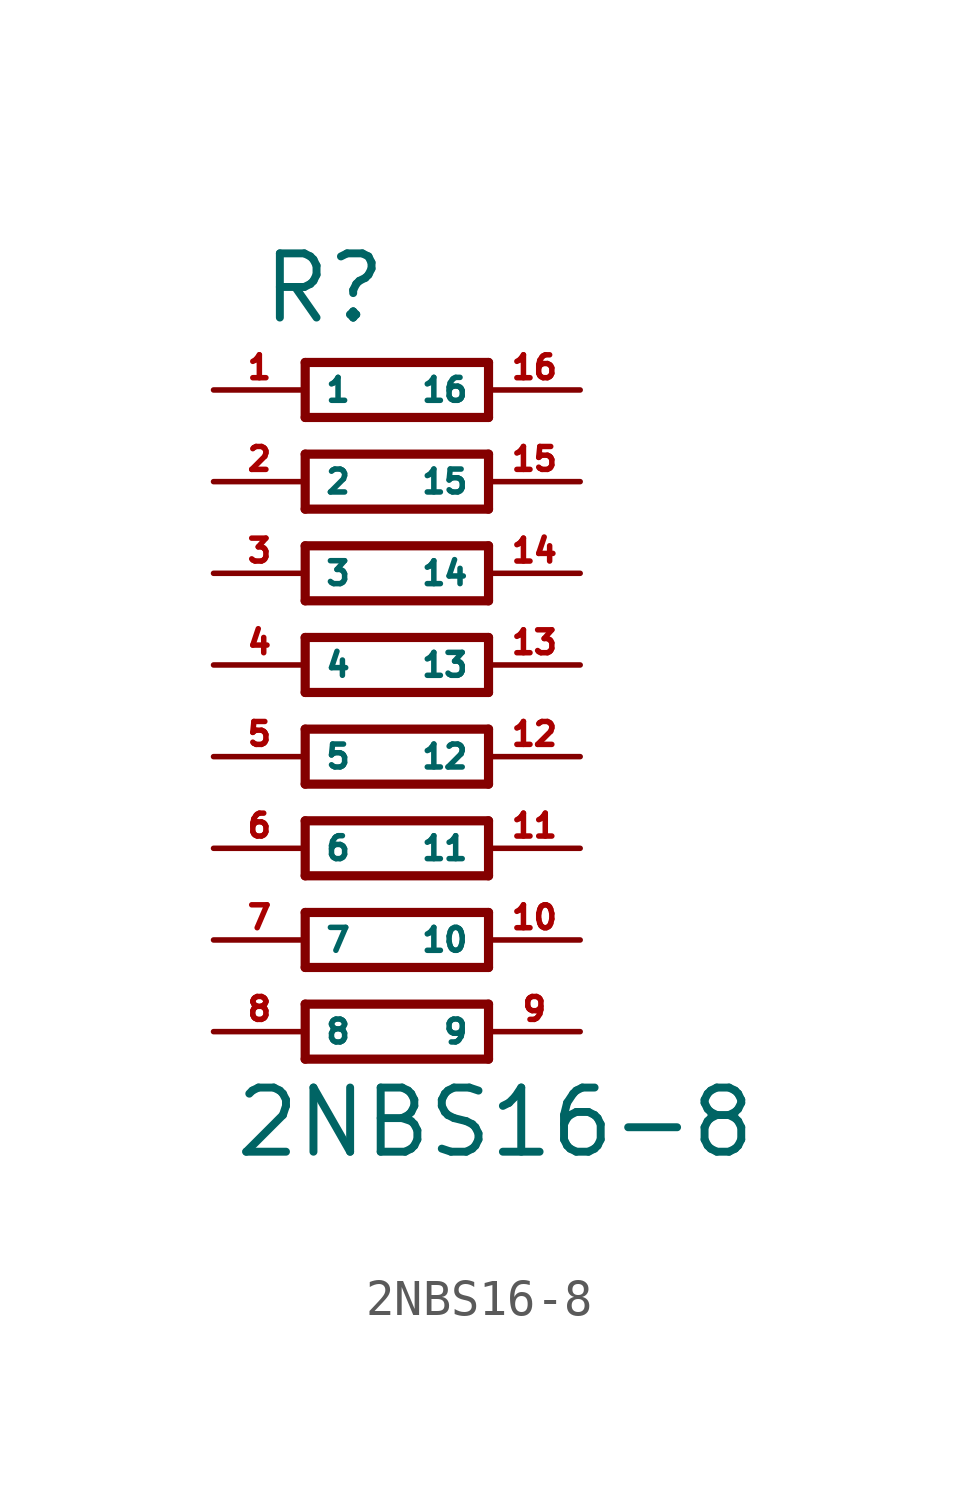
<source format=kicad_sym>
(kicad_symbol_lib
  (version 20220914)
  (generator Eagle2Kicad)
  (symbol "2NBS16-8"
    (property "Reference" "R"
      (at -3.81 9.398 0)
      (effects (font (size 1.778 1.778) (thickness 0.22)) (justify left bottom)))
    (property "Value" "2NBS16-8"
      (at -4.572 -13.716 0)
      (effects (font (size 1.778 1.778) (thickness 0.22)) (justify left bottom)))
    (polyline
      (pts (xy -2.54 8.382) (xy -2.54 6.858))
      (stroke (width 0.254) (type default))
      (fill (type none)))
    (polyline
      (pts (xy -2.54 6.858) (xy 2.54 6.858))
      (stroke (width 0.254) (type default))
      (fill (type none)))
    (polyline
      (pts (xy 2.54 6.858) (xy 2.54 8.382))
      (stroke (width 0.254) (type default))
      (fill (type none)))
    (polyline
      (pts (xy 2.54 8.382) (xy -2.54 8.382))
      (stroke (width 0.254) (type default))
      (fill (type none)))
    (polyline
      (pts (xy -2.54 5.842) (xy -2.54 4.318))
      (stroke (width 0.254) (type default))
      (fill (type none)))
    (polyline
      (pts (xy -2.54 4.318) (xy 2.54 4.318))
      (stroke (width 0.254) (type default))
      (fill (type none)))
    (polyline
      (pts (xy 2.54 4.318) (xy 2.54 5.842))
      (stroke (width 0.254) (type default))
      (fill (type none)))
    (polyline
      (pts (xy 2.54 5.842) (xy -2.54 5.842))
      (stroke (width 0.254) (type default))
      (fill (type none)))
    (polyline
      (pts (xy -2.54 3.302) (xy -2.54 1.778))
      (stroke (width 0.254) (type default))
      (fill (type none)))
    (polyline
      (pts (xy -2.54 1.778) (xy 2.54 1.778))
      (stroke (width 0.254) (type default))
      (fill (type none)))
    (polyline
      (pts (xy 2.54 1.778) (xy 2.54 3.302))
      (stroke (width 0.254) (type default))
      (fill (type none)))
    (polyline
      (pts (xy 2.54 3.302) (xy -2.54 3.302))
      (stroke (width 0.254) (type default))
      (fill (type none)))
    (polyline
      (pts (xy -2.54 0.762) (xy -2.54 -0.762))
      (stroke (width 0.254) (type default))
      (fill (type none)))
    (polyline
      (pts (xy -2.54 -0.762) (xy 2.54 -0.762))
      (stroke (width 0.254) (type default))
      (fill (type none)))
    (polyline
      (pts (xy 2.54 -0.762) (xy 2.54 0.762))
      (stroke (width 0.254) (type default))
      (fill (type none)))
    (polyline
      (pts (xy 2.54 0.762) (xy -2.54 0.762))
      (stroke (width 0.254) (type default))
      (fill (type none)))
    (polyline
      (pts (xy -2.54 -1.778) (xy -2.54 -3.302))
      (stroke (width 0.254) (type default))
      (fill (type none)))
    (polyline
      (pts (xy -2.54 -3.302) (xy 2.54 -3.302))
      (stroke (width 0.254) (type default))
      (fill (type none)))
    (polyline
      (pts (xy 2.54 -3.302) (xy 2.54 -1.778))
      (stroke (width 0.254) (type default))
      (fill (type none)))
    (polyline
      (pts (xy 2.54 -1.778) (xy -2.54 -1.778))
      (stroke (width 0.254) (type default))
      (fill (type none)))
    (polyline
      (pts (xy -2.54 -4.318) (xy -2.54 -5.842))
      (stroke (width 0.254) (type default))
      (fill (type none)))
    (polyline
      (pts (xy -2.54 -5.842) (xy 2.54 -5.842))
      (stroke (width 0.254) (type default))
      (fill (type none)))
    (polyline
      (pts (xy 2.54 -5.842) (xy 2.54 -4.318))
      (stroke (width 0.254) (type default))
      (fill (type none)))
    (polyline
      (pts (xy 2.54 -4.318) (xy -2.54 -4.318))
      (stroke (width 0.254) (type default))
      (fill (type none)))
    (polyline
      (pts (xy -2.54 -6.858) (xy -2.54 -8.382))
      (stroke (width 0.254) (type default))
      (fill (type none)))
    (polyline
      (pts (xy -2.54 -8.382) (xy 2.54 -8.382))
      (stroke (width 0.254) (type default))
      (fill (type none)))
    (polyline
      (pts (xy 2.54 -8.382) (xy 2.54 -6.858))
      (stroke (width 0.254) (type default))
      (fill (type none)))
    (polyline
      (pts (xy 2.54 -6.858) (xy -2.54 -6.858))
      (stroke (width 0.254) (type default))
      (fill (type none)))
    (polyline
      (pts (xy -2.54 -9.398) (xy -2.54 -10.922))
      (stroke (width 0.254) (type default))
      (fill (type none)))
    (polyline
      (pts (xy -2.54 -10.922) (xy 2.54 -10.922))
      (stroke (width 0.254) (type default))
      (fill (type none)))
    (polyline
      (pts (xy 2.54 -10.922) (xy 2.54 -9.398))
      (stroke (width 0.254) (type default))
      (fill (type none)))
    (polyline
      (pts (xy 2.54 -9.398) (xy -2.54 -9.398))
      (stroke (width 0.254) (type default))
      (fill (type none)))
    (pin passive line
      (at -5.08 7.62 0)
      (length 2.54)
      (name "1" (effects (font (size 0.635 0.635) (thickness 0.08)) (justify left bottom)))
      (number "1" (effects (font (size 0.635 0.635) (thickness 0.08)) (justify left bottom))))
    (pin passive line
      (at -5.08 5.08 0)
      (length 2.54)
      (name "2" (effects (font (size 0.635 0.635) (thickness 0.08)) (justify left bottom)))
      (number "2" (effects (font (size 0.635 0.635) (thickness 0.08)) (justify left bottom))))
    (pin passive line
      (at -5.08 2.54 0)
      (length 2.54)
      (name "3" (effects (font (size 0.635 0.635) (thickness 0.08)) (justify left bottom)))
      (number "3" (effects (font (size 0.635 0.635) (thickness 0.08)) (justify left bottom))))
    (pin passive line
      (at -5.08 0 0)
      (length 2.54)
      (name "4" (effects (font (size 0.635 0.635) (thickness 0.08)) (justify left bottom)))
      (number "4" (effects (font (size 0.635 0.635) (thickness 0.08)) (justify left bottom))))
    (pin passive line
      (at -5.08 -2.54 0)
      (length 2.54)
      (name "5" (effects (font (size 0.635 0.635) (thickness 0.08)) (justify left bottom)))
      (number "5" (effects (font (size 0.635 0.635) (thickness 0.08)) (justify left bottom))))
    (pin passive line
      (at -5.08 -5.08 0)
      (length 2.54)
      (name "6" (effects (font (size 0.635 0.635) (thickness 0.08)) (justify left bottom)))
      (number "6" (effects (font (size 0.635 0.635) (thickness 0.08)) (justify left bottom))))
    (pin passive line
      (at -5.08 -7.62 0)
      (length 2.54)
      (name "7" (effects (font (size 0.635 0.635) (thickness 0.08)) (justify left bottom)))
      (number "7" (effects (font (size 0.635 0.635) (thickness 0.08)) (justify left bottom))))
    (pin passive line
      (at -5.08 -10.16 0)
      (length 2.54)
      (name "8" (effects (font (size 0.635 0.635) (thickness 0.08)) (justify left bottom)))
      (number "8" (effects (font (size 0.635 0.635) (thickness 0.08)) (justify left bottom))))
    (pin passive line
      (at 5.08 -10.16 180)
      (length 2.54)
      (name "9" (effects (font (size 0.635 0.635) (thickness 0.08)) (justify left bottom)))
      (number "9" (effects (font (size 0.635 0.635) (thickness 0.08)) (justify left bottom))))
    (pin passive line
      (at 5.08 -7.62 180)
      (length 2.54)
      (name "10" (effects (font (size 0.635 0.635) (thickness 0.08)) (justify left bottom)))
      (number "10" (effects (font (size 0.635 0.635) (thickness 0.08)) (justify left bottom))))
    (pin passive line
      (at 5.08 -5.08 180)
      (length 2.54)
      (name "11" (effects (font (size 0.635 0.635) (thickness 0.08)) (justify left bottom)))
      (number "11" (effects (font (size 0.635 0.635) (thickness 0.08)) (justify left bottom))))
    (pin passive line
      (at 5.08 -2.54 180)
      (length 2.54)
      (name "12" (effects (font (size 0.635 0.635) (thickness 0.08)) (justify left bottom)))
      (number "12" (effects (font (size 0.635 0.635) (thickness 0.08)) (justify left bottom))))
    (pin passive line
      (at 5.08 0 180)
      (length 2.54)
      (name "13" (effects (font (size 0.635 0.635) (thickness 0.08)) (justify left bottom)))
      (number "13" (effects (font (size 0.635 0.635) (thickness 0.08)) (justify left bottom))))
    (pin passive line
      (at 5.08 2.54 180)
      (length 2.54)
      (name "14" (effects (font (size 0.635 0.635) (thickness 0.08)) (justify left bottom)))
      (number "14" (effects (font (size 0.635 0.635) (thickness 0.08)) (justify left bottom))))
    (pin passive line
      (at 5.08 5.08 180)
      (length 2.54)
      (name "15" (effects (font (size 0.635 0.635) (thickness 0.08)) (justify left bottom)))
      (number "15" (effects (font (size 0.635 0.635) (thickness 0.08)) (justify left bottom))))
    (pin passive line
      (at 5.08 7.62 180)
      (length 2.54)
      (name "16" (effects (font (size 0.635 0.635) (thickness 0.08)) (justify left bottom)))
      (number "16" (effects (font (size 0.635 0.635) (thickness 0.08)) (justify left bottom))))))
</source>
